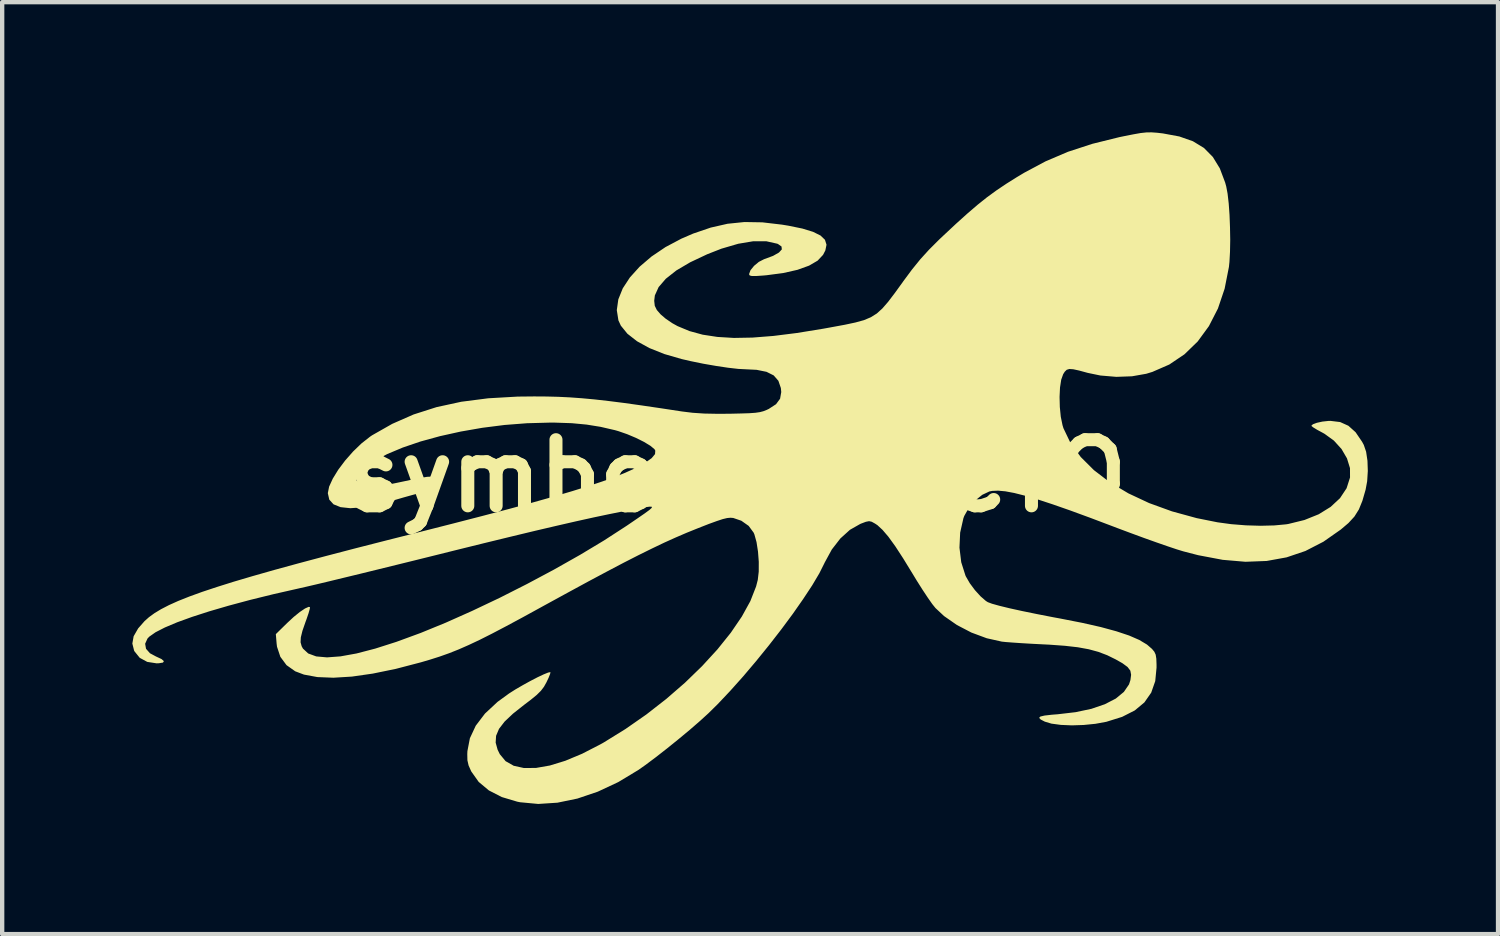
<source format=kicad_pcb>
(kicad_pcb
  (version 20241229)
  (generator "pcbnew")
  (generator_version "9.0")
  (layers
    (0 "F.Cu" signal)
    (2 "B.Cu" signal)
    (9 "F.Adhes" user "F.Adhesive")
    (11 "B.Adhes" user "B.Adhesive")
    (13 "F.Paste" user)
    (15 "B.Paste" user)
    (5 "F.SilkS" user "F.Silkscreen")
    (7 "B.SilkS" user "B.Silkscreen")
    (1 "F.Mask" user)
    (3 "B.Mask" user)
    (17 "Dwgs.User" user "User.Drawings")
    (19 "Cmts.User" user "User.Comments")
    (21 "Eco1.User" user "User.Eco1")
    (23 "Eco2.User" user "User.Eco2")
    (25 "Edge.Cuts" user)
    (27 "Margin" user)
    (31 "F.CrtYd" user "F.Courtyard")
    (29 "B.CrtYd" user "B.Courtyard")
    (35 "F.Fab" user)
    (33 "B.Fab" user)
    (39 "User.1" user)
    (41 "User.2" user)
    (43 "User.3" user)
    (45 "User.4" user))
  (footprint "symbol30_OCTO"
    (layer "F.Cu")
    (at 13.936 7.918)
    (property "Reference" "symbol30_OCTO" (at 0 0 0) (layer "F.SilkS") (effects (font (size 1.524 1.524) (thickness 0.3))))
    (attr board_only exclude_from_pos_files exclude_from_bom)
    (fp_poly (pts (xy 9.678 -7.909) (xy 9.815 -7.893) (xy 10.193 -7.823) (xy 10.506 -7.713) (xy 10.761 -7.558) (xy 10.965 -7.351) (xy 11.126 -7.088) (xy 11.249 -6.762) (xy 11.274 -6.671) (xy 11.305 -6.506) (xy 11.331 -6.281) (xy 11.35 -6.016) (xy 11.361 -5.729) (xy 11.366 -5.439) (xy 11.361 -5.166) (xy 11.348 -4.929) (xy 11.336 -4.815) (xy 11.237 -4.314) (xy 11.083 -3.858) (xy 10.875 -3.452) (xy 10.617 -3.099) (xy 10.312 -2.803) (xy 9.962 -2.567) (xy 9.572 -2.397) (xy 9.431 -2.354) (xy 9.103 -2.296) (xy 8.741 -2.283) (xy 8.374 -2.314) (xy 8.084 -2.374) (xy 7.886 -2.428) (xy 7.749 -2.458) (xy 7.658 -2.464) (xy 7.598 -2.446) (xy 7.553 -2.402) (xy 7.516 -2.344) (xy 7.471 -2.218) (xy 7.443 -2.036) (xy 7.433 -1.819) (xy 7.439 -1.588) (xy 7.461 -1.364) (xy 7.501 -1.169) (xy 7.522 -1.1) (xy 7.685 -0.759) (xy 7.922 -0.435) (xy 8.226 -0.132) (xy 8.593 0.148) (xy 9.019 0.402) (xy 9.497 0.626) (xy 10.024 0.817) (xy 10.594 0.973) (xy 11.072 1.069) (xy 11.388 1.112) (xy 11.727 1.139) (xy 12.067 1.149) (xy 12.383 1.141) (xy 12.651 1.116) (xy 12.703 1.108) (xy 13.077 1.016) (xy 13.405 0.884) (xy 13.68 0.714) (xy 13.896 0.513) (xy 14.048 0.284) (xy 14.127 0.037) (xy 14.126 -0.18) (xy 14.057 -0.404) (xy 13.931 -0.62) (xy 13.755 -0.814) (xy 13.54 -0.97) (xy 13.497 -0.994) (xy 13.371 -1.062) (xy 13.278 -1.119) (xy 13.236 -1.153) (xy 13.235 -1.155) (xy 13.271 -1.19) (xy 13.363 -1.224) (xy 13.49 -1.252) (xy 13.629 -1.267) (xy 13.678 -1.268) (xy 13.9 -1.241) (xy 14.089 -1.156) (xy 14.255 -1.007) (xy 14.405 -0.787) (xy 14.445 -0.713) (xy 14.498 -0.557) (xy 14.529 -0.349) (xy 14.537 -0.114) (xy 14.522 0.123) (xy 14.486 0.318) (xy 14.412 0.574) (xy 14.331 0.773) (xy 14.228 0.937) (xy 14.091 1.086) (xy 13.913 1.237) (xy 13.513 1.517) (xy 13.099 1.73) (xy 12.665 1.877) (xy 12.207 1.96) (xy 11.718 1.979) (xy 11.193 1.934) (xy 10.627 1.827) (xy 10.283 1.738) (xy 10.133 1.692) (xy 9.924 1.622) (xy 9.668 1.533) (xy 9.379 1.43) (xy 9.072 1.317) (xy 8.759 1.2) (xy 8.678 1.169) (xy 8.144 0.967) (xy 7.678 0.796) (xy 7.274 0.655) (xy 6.927 0.541) (xy 6.633 0.455) (xy 6.387 0.393) (xy 6.183 0.355) (xy 6.017 0.34) (xy 5.884 0.345) (xy 5.816 0.358) (xy 5.651 0.436) (xy 5.486 0.569) (xy 5.341 0.738) (xy 5.237 0.922) (xy 5.217 0.975) (xy 5.142 1.307) (xy 5.126 1.653) (xy 5.167 1.99) (xy 5.264 2.296) (xy 5.276 2.321) (xy 5.364 2.473) (xy 5.482 2.632) (xy 5.612 2.775) (xy 5.734 2.881) (xy 5.78 2.91) (xy 5.877 2.946) (xy 6.046 2.993) (xy 6.279 3.05) (xy 6.57 3.114) (xy 6.912 3.184) (xy 7.297 3.259) (xy 7.45 3.287) (xy 7.954 3.386) (xy 8.383 3.483) (xy 8.743 3.581) (xy 9.037 3.679) (xy 9.271 3.781) (xy 9.448 3.887) (xy 9.563 3.987) (xy 9.617 4.052) (xy 9.648 4.119) (xy 9.663 4.212) (xy 9.668 4.352) (xy 9.668 4.418) (xy 9.638 4.729) (xy 9.545 4.995) (xy 9.388 5.22) (xy 9.166 5.405) (xy 8.875 5.553) (xy 8.514 5.666) (xy 8.51 5.667) (xy 8.26 5.713) (xy 7.988 5.74) (xy 7.716 5.749) (xy 7.462 5.738) (xy 7.246 5.709) (xy 7.093 5.663) (xy 6.998 5.614) (xy 6.962 5.576) (xy 6.99 5.546) (xy 7.085 5.523) (xy 7.252 5.504) (xy 7.391 5.493) (xy 7.802 5.445) (xy 8.166 5.368) (xy 8.476 5.262) (xy 8.728 5.132) (xy 8.915 4.978) (xy 9.034 4.804) (xy 9.066 4.705) (xy 9.082 4.583) (xy 9.064 4.488) (xy 9 4.404) (xy 8.882 4.317) (xy 8.729 4.23) (xy 8.53 4.132) (xy 8.327 4.055) (xy 8.106 3.995) (xy 7.854 3.949) (xy 7.555 3.915) (xy 7.197 3.889) (xy 7.053 3.882) (xy 6.801 3.869) (xy 6.563 3.855) (xy 6.357 3.841) (xy 6.198 3.829) (xy 6.102 3.819) (xy 5.754 3.741) (xy 5.401 3.61) (xy 5.067 3.436) (xy 4.771 3.23) (xy 4.573 3.045) (xy 4.499 2.953) (xy 4.396 2.806) (xy 4.274 2.622) (xy 4.143 2.415) (xy 4.038 2.242) (xy 3.827 1.898) (xy 3.646 1.62) (xy 3.489 1.403) (xy 3.353 1.244) (xy 3.235 1.135) (xy 3.179 1.098) (xy 3.103 1.056) (xy 3.043 1.043) (xy 2.97 1.057) (xy 2.856 1.1) (xy 2.836 1.109) (xy 2.602 1.242) (xy 2.381 1.442) (xy 2.184 1.696) (xy 2.022 1.993) (xy 2.013 2.012) (xy 1.897 2.244) (xy 1.732 2.522) (xy 1.525 2.836) (xy 1.286 3.178) (xy 1.02 3.537) (xy 0.735 3.904) (xy 0.439 4.269) (xy 0.139 4.623) (xy -0.158 4.955) (xy -0.443 5.257) (xy -0.658 5.469) (xy -0.851 5.645) (xy -1.086 5.849) (xy -1.347 6.066) (xy -1.617 6.284) (xy -1.877 6.487) (xy -2.111 6.662) (xy -2.271 6.775) (xy -2.737 7.056) (xy -3.209 7.277) (xy -3.679 7.436) (xy -4.139 7.531) (xy -4.582 7.56) (xy -4.998 7.521) (xy -5.064 7.508) (xy -5.422 7.401) (xy -5.72 7.248) (xy -5.954 7.052) (xy -6.123 6.814) (xy -6.129 6.803) (xy -6.187 6.672) (xy -6.214 6.554) (xy -6.217 6.41) (xy -6.214 6.343) (xy -6.157 6.046) (xy -6.022 5.757) (xy -5.809 5.477) (xy -5.519 5.207) (xy -5.254 5.014) (xy -5.106 4.92) (xy -4.937 4.822) (xy -4.763 4.726) (xy -4.599 4.641) (xy -4.457 4.574) (xy -4.353 4.532) (xy -4.302 4.522) (xy -4.3 4.523) (xy -4.308 4.564) (xy -4.344 4.655) (xy -4.392 4.756) (xy -4.45 4.86) (xy -4.52 4.952) (xy -4.617 5.048) (xy -4.755 5.161) (xy -4.899 5.27) (xy -5.162 5.478) (xy -5.357 5.662) (xy -5.486 5.83) (xy -5.553 5.989) (xy -5.563 6.147) (xy -5.518 6.31) (xy -5.468 6.412) (xy -5.334 6.574) (xy -5.147 6.68) (xy -4.912 6.732) (xy -4.633 6.73) (xy -4.313 6.674) (xy -3.958 6.565) (xy -3.57 6.403) (xy -3.154 6.189) (xy -3.07 6.142) (xy -2.571 5.833) (xy -2.09 5.498) (xy -1.631 5.14) (xy -1.201 4.767) (xy -0.806 4.384) (xy -0.452 3.998) (xy -0.145 3.616) (xy 0.11 3.242) (xy 0.307 2.885) (xy 0.439 2.548) (xy 0.478 2.396) (xy 0.5 2.206) (xy 0.501 1.98) (xy 0.483 1.744) (xy 0.449 1.525) (xy 0.4 1.348) (xy 0.382 1.307) (xy 0.268 1.152) (xy 0.099 1.033) (xy -0.088 0.969) (xy -0.152 0.964) (xy -0.228 0.971) (xy -0.329 0.995) (xy -0.465 1.04) (xy -0.65 1.107) (xy -0.895 1.203) (xy -0.92 1.213) (xy -1.165 1.312) (xy -1.416 1.42) (xy -1.68 1.539) (xy -1.962 1.674) (xy -2.272 1.827) (xy -2.615 2.002) (xy -2.997 2.203) (xy -3.428 2.433) (xy -3.912 2.696) (xy -4.457 2.994) (xy -4.517 3.027) (xy -4.949 3.264) (xy -5.323 3.465) (xy -5.647 3.635) (xy -5.931 3.778) (xy -6.184 3.897) (xy -6.416 3.999) (xy -6.635 4.086) (xy -6.852 4.163) (xy -7.075 4.234) (xy -7.286 4.296) (xy -7.864 4.447) (xy -8.395 4.556) (xy -8.876 4.625) (xy -9.303 4.651) (xy -9.672 4.636) (xy -9.981 4.579) (xy -10.182 4.503) (xy -10.383 4.361) (xy -10.525 4.169) (xy -10.602 3.937) (xy -10.611 3.865) (xy -10.629 3.646) (xy -10.368 3.39) (xy -10.216 3.249) (xy -10.075 3.135) (xy -9.956 3.055) (xy -9.873 3.018) (xy -9.842 3.023) (xy -9.847 3.065) (xy -9.875 3.164) (xy -9.921 3.3) (xy -9.945 3.365) (xy -10.016 3.57) (xy -10.053 3.721) (xy -10.059 3.834) (xy -10.034 3.925) (xy -10.004 3.98) (xy -9.883 4.092) (xy -9.698 4.16) (xy -9.45 4.182) (xy -9.14 4.159) (xy -8.769 4.092) (xy -8.339 3.98) (xy -7.85 3.824) (xy -7.302 3.623) (xy -7.291 3.619) (xy -6.717 3.384) (xy -6.107 3.112) (xy -5.475 2.812) (xy -4.839 2.49) (xy -4.215 2.157) (xy -3.617 1.819) (xy -3.063 1.486) (xy -2.568 1.165) (xy -2.536 1.144) (xy -2.303 0.985) (xy -2.132 0.867) (xy -2.02 0.785) (xy -1.965 0.735) (xy -1.964 0.711) (xy -2.014 0.708) (xy -2.113 0.722) (xy -2.257 0.748) (xy -2.32 0.76) (xy -2.616 0.815) (xy -2.941 0.88) (xy -3.302 0.956) (xy -3.704 1.045) (xy -4.153 1.148) (xy -4.653 1.265) (xy -5.21 1.399) (xy -5.83 1.55) (xy -6.518 1.72) (xy -6.939 1.825) (xy -7.394 1.938) (xy -7.844 2.049) (xy -8.279 2.156) (xy -8.69 2.257) (xy -9.07 2.349) (xy -9.408 2.431) (xy -9.697 2.5) (xy -9.928 2.554) (xy -10.092 2.591) (xy -10.109 2.595) (xy -10.682 2.725) (xy -11.218 2.857) (xy -11.714 2.99) (xy -12.163 3.121) (xy -12.562 3.25) (xy -12.904 3.374) (xy -13.186 3.493) (xy -13.401 3.603) (xy -13.545 3.704) (xy -13.587 3.748) (xy -13.641 3.868) (xy -13.621 3.984) (xy -13.53 4.087) (xy -13.394 4.16) (xy -13.263 4.221) (xy -13.209 4.269) (xy -13.23 4.302) (xy -13.328 4.318) (xy -13.38 4.319) (xy -13.593 4.286) (xy -13.766 4.192) (xy -13.887 4.042) (xy -13.896 4.024) (xy -13.936 3.863) (xy -13.906 3.695) (xy -13.802 3.514) (xy -13.655 3.347) (xy -13.552 3.255) (xy -13.427 3.164) (xy -13.275 3.072) (xy -13.093 2.978) (xy -12.877 2.881) (xy -12.623 2.78) (xy -12.328 2.673) (xy -11.988 2.56) (xy -11.6 2.438) (xy -11.16 2.308) (xy -10.664 2.167) (xy -10.108 2.015) (xy -9.489 1.85) (xy -8.804 1.671) (xy -8.048 1.478) (xy -7.291 1.287) (xy -6.54 1.096) (xy -5.862 0.921) (xy -5.253 0.761) (xy -4.71 0.613) (xy -4.227 0.477) (xy -3.802 0.352) (xy -3.43 0.236) (xy -3.108 0.129) (xy -2.83 0.029) (xy -2.593 -0.066) (xy -2.393 -0.156) (xy -2.342 -0.181) (xy -2.117 -0.303) (xy -1.967 -0.41) (xy -1.89 -0.503) (xy -1.884 -0.583) (xy -1.903 -0.616) (xy -1.995 -0.693) (xy -2.143 -0.783) (xy -2.329 -0.876) (xy -2.533 -0.962) (xy -2.735 -1.032) (xy -2.812 -1.054) (xy -3.145 -1.131) (xy -3.468 -1.183) (xy -3.808 -1.215) (xy -4.192 -1.228) (xy -4.332 -1.228) (xy -4.842 -1.214) (xy -5.358 -1.174) (xy -5.87 -1.109) (xy -6.369 -1.022) (xy -6.847 -0.916) (xy -7.295 -0.793) (xy -7.703 -0.654) (xy -8.063 -0.503) (xy -8.365 -0.342) (xy -8.601 -0.173) (xy -8.677 -0.101) (xy -8.763 0.009) (xy -8.779 0.093) (xy -8.722 0.158) (xy -8.589 0.208) (xy -8.534 0.222) (xy -8.473 0.235) (xy -8.419 0.244) (xy -8.36 0.246) (xy -8.288 0.242) (xy -8.19 0.228) (xy -8.056 0.203) (xy -7.876 0.167) (xy -7.638 0.117) (xy -7.369 0.059) (xy -7.144 0.021) (xy -6.973 0.013) (xy -6.861 0.033) (xy -6.816 0.082) (xy -6.816 0.091) (xy -6.853 0.201) (xy -6.962 0.29) (xy -7.136 0.353) (xy -7.161 0.358) (xy -7.287 0.388) (xy -7.466 0.435) (xy -7.674 0.493) (xy -7.887 0.555) (xy -7.899 0.559) (xy -8.293 0.663) (xy -8.631 0.725) (xy -8.913 0.744) (xy -9.137 0.72) (xy -9.299 0.655) (xy -9.397 0.547) (xy -9.431 0.398) (xy -9.431 0.397) (xy -9.401 0.247) (xy -9.317 0.063) (xy -9.191 -0.142) (xy -9.032 -0.354) (xy -8.85 -0.561) (xy -8.655 -0.749) (xy -8.458 -0.904) (xy -8.411 -0.936) (xy -7.946 -1.2) (xy -7.454 -1.416) (xy -6.926 -1.585) (xy -6.355 -1.709) (xy -5.734 -1.789) (xy -5.055 -1.828) (xy -4.676 -1.832) (xy -4.391 -1.83) (xy -4.12 -1.823) (xy -3.852 -1.81) (xy -3.577 -1.79) (xy -3.285 -1.763) (xy -2.966 -1.727) (xy -2.609 -1.682) (xy -2.203 -1.625) (xy -1.74 -1.557) (xy -1.268 -1.485) (xy -1.024 -1.455) (xy -0.755 -1.437) (xy -0.442 -1.431) (xy -0.159 -1.433) (xy 0.095 -1.439) (xy 0.284 -1.445) (xy 0.423 -1.455) (xy 0.526 -1.47) (xy 0.607 -1.491) (xy 0.681 -1.52) (xy 0.733 -1.545) (xy 0.899 -1.653) (xy 0.992 -1.779) (xy 1.019 -1.933) (xy 1.01 -2.025) (xy 0.953 -2.192) (xy 0.845 -2.316) (xy 0.679 -2.399) (xy 0.451 -2.445) (xy 0.208 -2.457) (xy 0.03 -2.466) (xy -0.206 -2.493) (xy -0.48 -2.534) (xy -0.774 -2.585) (xy -1.067 -2.645) (xy -1.276 -2.693) (xy -1.676 -2.809) (xy -2.021 -2.947) (xy -2.306 -3.104) (xy -2.527 -3.277) (xy -2.678 -3.463) (xy -2.734 -3.585) (xy -2.771 -3.821) (xy -2.736 -4.069) (xy -2.634 -4.322) (xy -2.469 -4.574) (xy -2.246 -4.821) (xy -1.971 -5.056) (xy -1.648 -5.274) (xy -1.282 -5.468) (xy -1.011 -5.585) (xy -0.606 -5.723) (xy -0.219 -5.811) (xy 0.171 -5.851) (xy 0.583 -5.844) (xy 1.035 -5.791) (xy 1.187 -5.766) (xy 1.508 -5.7) (xy 1.752 -5.625) (xy 1.924 -5.54) (xy 2.026 -5.442) (xy 2.062 -5.328) (xy 2.035 -5.196) (xy 1.982 -5.094) (xy 1.857 -4.961) (xy 1.66 -4.846) (xy 1.394 -4.75) (xy 1.067 -4.676) (xy 0.681 -4.625) (xy 0.604 -4.618) (xy 0.441 -4.607) (xy 0.342 -4.607) (xy 0.293 -4.619) (xy 0.278 -4.646) (xy 0.277 -4.65) (xy 0.31 -4.74) (xy 0.392 -4.841) (xy 0.503 -4.933) (xy 0.622 -4.994) (xy 0.625 -4.995) (xy 0.83 -5.071) (xy 0.966 -5.148) (xy 1.032 -5.22) (xy 1.025 -5.287) (xy 0.943 -5.345) (xy 0.925 -5.352) (xy 0.674 -5.408) (xy 0.373 -5.408) (xy 0.027 -5.35) (xy -0.359 -5.237) (xy -0.686 -5.109) (xy -1.08 -4.923) (xy -1.399 -4.735) (xy -1.641 -4.544) (xy -1.807 -4.352) (xy -1.894 -4.16) (xy -1.909 -4.036) (xy -1.896 -3.92) (xy -1.848 -3.823) (xy -1.76 -3.722) (xy -1.644 -3.623) (xy -1.491 -3.519) (xy -1.37 -3.452) (xy -1.096 -3.338) (xy -0.792 -3.255) (xy -0.453 -3.203) (xy -0.072 -3.18) (xy 0.357 -3.188) (xy 0.839 -3.226) (xy 1.381 -3.294) (xy 1.989 -3.393) (xy 2.176 -3.427) (xy 2.485 -3.484) (xy 2.729 -3.536) (xy 2.925 -3.59) (xy 3.084 -3.657) (xy 3.221 -3.743) (xy 3.349 -3.859) (xy 3.482 -4.012) (xy 3.634 -4.212) (xy 3.818 -4.466) (xy 3.825 -4.477) (xy 4.032 -4.756) (xy 4.224 -4.993) (xy 4.424 -5.213) (xy 4.653 -5.442) (xy 4.745 -5.529) (xy 5.048 -5.812) (xy 5.31 -6.048) (xy 5.542 -6.247) (xy 5.76 -6.421) (xy 5.975 -6.578) (xy 6.201 -6.73) (xy 6.451 -6.887) (xy 6.62 -6.988) (xy 7.109 -7.249) (xy 7.627 -7.47) (xy 8.191 -7.654) (xy 8.813 -7.808) (xy 8.916 -7.829) (xy 9.137 -7.873) (xy 9.302 -7.902) (xy 9.433 -7.916) (xy 9.551 -7.918)) (stroke (width 0) (type solid)) (fill yes) (layer "F.SilkS")))
  (gr_rect
    (start -3 -3)
    (end 31.474 18.478)
    (stroke (width 0.1) (type default))
    (fill no)
    (layer "Edge.Cuts")))
</source>
